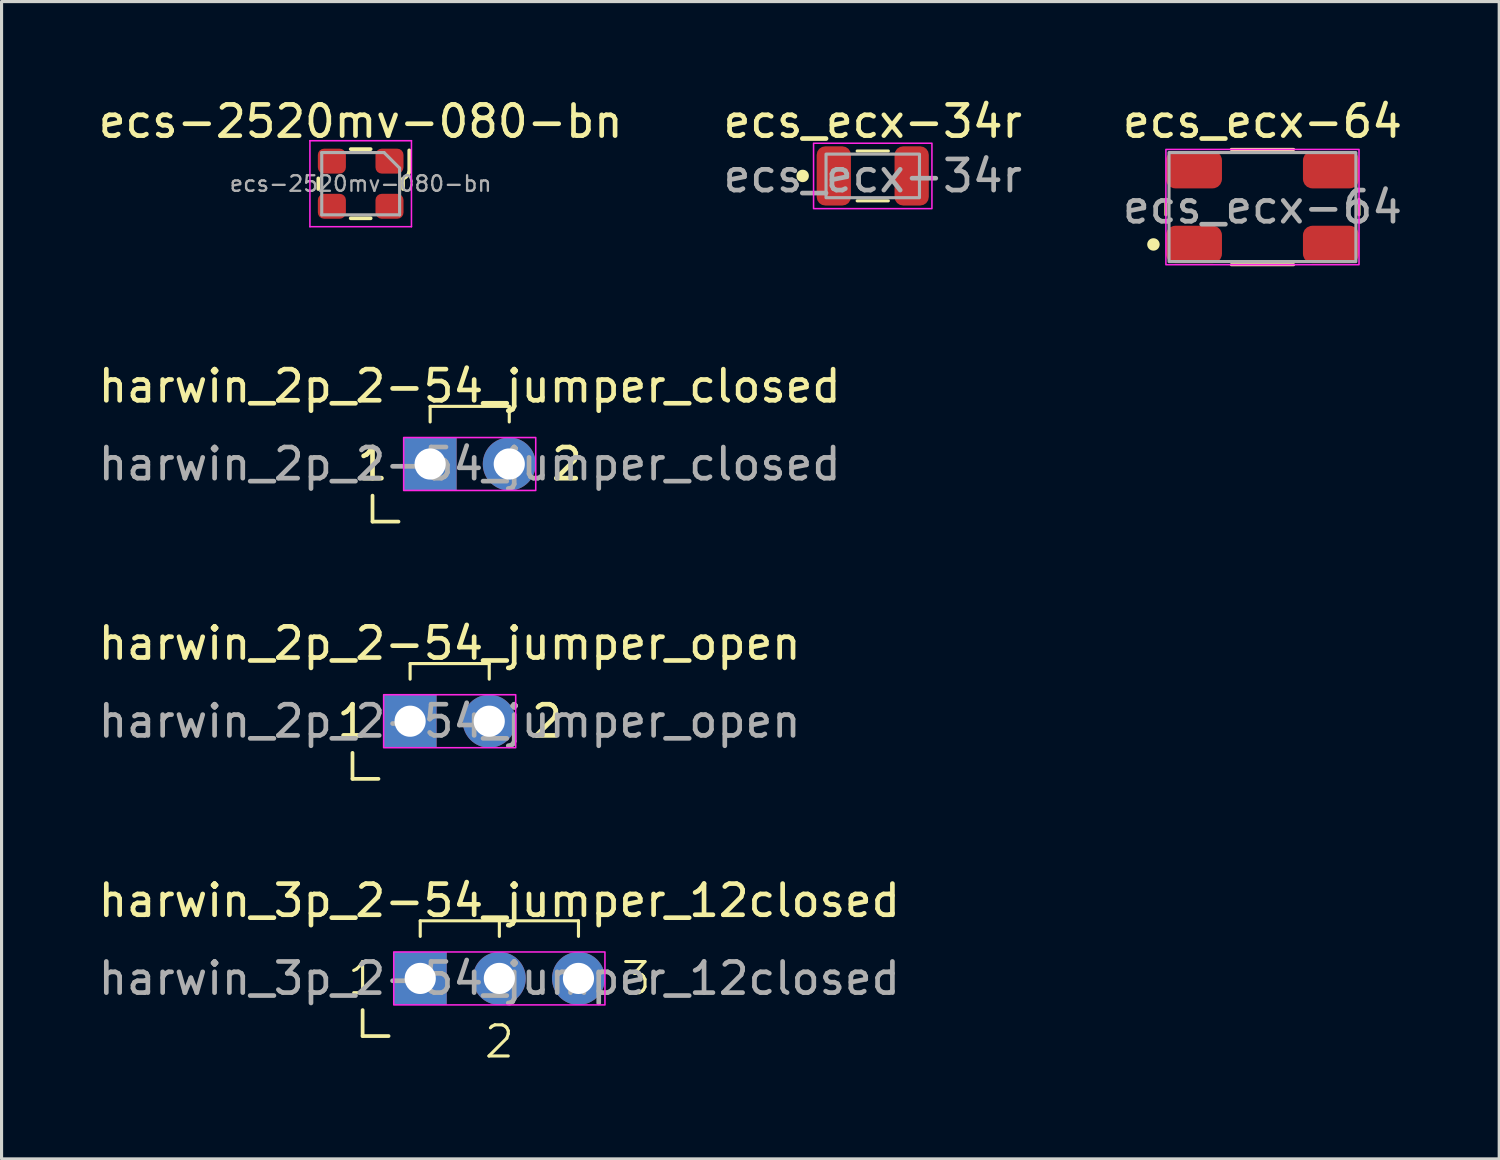
<source format=kicad_pcb>
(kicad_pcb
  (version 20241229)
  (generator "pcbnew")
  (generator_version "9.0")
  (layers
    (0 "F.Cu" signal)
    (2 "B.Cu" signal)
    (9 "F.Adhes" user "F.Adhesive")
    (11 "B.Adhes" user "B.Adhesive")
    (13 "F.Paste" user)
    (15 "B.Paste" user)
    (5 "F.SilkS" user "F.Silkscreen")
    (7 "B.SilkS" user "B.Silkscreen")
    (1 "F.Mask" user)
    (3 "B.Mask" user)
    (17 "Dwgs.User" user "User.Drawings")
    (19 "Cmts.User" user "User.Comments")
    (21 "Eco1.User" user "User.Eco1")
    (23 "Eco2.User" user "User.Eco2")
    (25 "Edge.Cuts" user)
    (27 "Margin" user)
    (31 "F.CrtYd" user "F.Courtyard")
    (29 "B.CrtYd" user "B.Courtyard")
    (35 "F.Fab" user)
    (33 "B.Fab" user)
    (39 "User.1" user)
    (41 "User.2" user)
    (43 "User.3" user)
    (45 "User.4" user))
  (footprint "harwin_2p_2-54_jumper_closed"
    (layer "F.Cu")
    (at 12.03 11.847)
    (property "Reference" "harwin_2p_2-54_jumper_closed" (at 0 -2.5 0) (unlocked yes) (layer "F.SilkS") (effects (font (size 1 1) (thickness 0.15))))
    (attr through_hole)
    (fp_line (start -3.12 1.85) (end -3.12 1.016) (stroke (width 0.12) (type solid)) (layer "F.SilkS"))
    (fp_line (start -2.286 1.85) (end -3.12 1.85) (stroke (width 0.12) (type solid)) (layer "F.SilkS"))
    (fp_line (start -1.27 -1.85) (end 1.27 -1.85) (stroke (width 0.1) (type default)) (layer "F.SilkS"))
    (fp_line (start -1.27 -1.35) (end -1.27 -1.85) (stroke (width 0.1) (type default)) (layer "F.SilkS"))
    (fp_line (start 1.27 -1.85) (end 1.27 -1.35) (stroke (width 0.1) (type default)) (layer "F.SilkS"))
    (fp_rect (start -2.12 -0.85) (end 2.12 0.85) (stroke (width 0.05) (type default)) (fill no) (layer "F.CrtYd"))
    (fp_text user "2" (at 3.12 0 0) (unlocked yes) (layer "F.SilkS") (effects (font (size 1 1) (thickness 0.15))))
    (fp_text user "1" (at -3.12 0 0) (unlocked yes) (layer "F.SilkS") (effects (font (size 1 1) (thickness 0.15))))
    (fp_text user "${REFERENCE}" (at 0 0 0) (unlocked yes) (layer "F.Fab") (effects (font (size 1 1) (thickness 0.15))))
    (pad "1" thru_hole rect (at -1.27 0 90) (size 1.7 1.7) (drill 1) (layers "*.Cu" "*.Mask"))
    (pad "2" thru_hole oval (at 1.27 0 90) (size 1.7 1.7) (drill 1) (layers "*.Cu" "*.Mask")))
  (footprint "ecs_ecx-34r"
    (layer "F.Cu")
    (at 24.97 2.598)
    (property "Reference" "ecs_ecx-34r" (at 0 -1.75 0) (layer "F.SilkS") (effects (font (size 1 1) (thickness 0.15))))
    (attr smd)
    (fp_line (start -0.5 -0.8) (end 0.5 -0.8) (stroke (width 0.1) (type default)) (layer "F.SilkS"))
    (fp_line (start -0.5 0.8) (end 0.5 0.8) (stroke (width 0.1) (type default)) (layer "F.SilkS"))
    (fp_circle (center -2.25 0) (end -2.05 0) (stroke (width 0) (type solid)) (fill yes) (layer "F.SilkS"))
    (fp_rect (start -1.9 -1.05) (end 1.9 1.05) (stroke (width 0.05) (type default)) (fill no) (layer "F.CrtYd"))
    (fp_rect (start -1.5 -0.7) (end 1.5 0.7) (stroke (width 0.1) (type default)) (fill no) (layer "F.Fab"))
    (fp_text user "${REFERENCE}" (at 0 0 0) (layer "F.Fab") (effects (font (size 1 1) (thickness 0.15))))
    (pad "1" smd roundrect (at -1.25 0) (size 1.1 1.9) (layers "F.Cu" "F.Mask" "F.Paste") (roundrect_rratio 0.25))
    (pad "2" smd roundrect (at 1.25 0) (size 1.1 1.9) (layers "F.Cu" "F.Mask" "F.Paste") (roundrect_rratio 0.25)))
  (footprint "harwin_2p_2-54_jumper_open"
    (layer "F.Cu")
    (at 11.387 20.105)
    (property "Reference" "harwin_2p_2-54_jumper_open" (at 0 -2.5 0) (unlocked yes) (layer "F.SilkS") (effects (font (size 1 1) (thickness 0.15))))
    (attr through_hole)
    (fp_line (start -3.12 1.85) (end -3.12 1.016) (stroke (width 0.12) (type solid)) (layer "F.SilkS"))
    (fp_line (start -2.286 1.85) (end -3.12 1.85) (stroke (width 0.12) (type solid)) (layer "F.SilkS"))
    (fp_line (start -1.27 -1.85) (end 1.27 -1.85) (stroke (width 0.1) (type default)) (layer "F.SilkS"))
    (fp_line (start -1.27 -1.35) (end -1.27 -1.85) (stroke (width 0.1) (type default)) (layer "F.SilkS"))
    (fp_line (start 1.27 -1.85) (end 1.27 -1.35) (stroke (width 0.1) (type default)) (layer "F.SilkS"))
    (fp_rect (start -2.12 -0.85) (end 2.12 0.85) (stroke (width 0.05) (type default)) (fill no) (layer "F.CrtYd"))
    (fp_text user "2" (at 3.12 0 0) (unlocked yes) (layer "F.SilkS") (effects (font (size 1 1) (thickness 0.15))))
    (fp_text user "1" (at -3.12 0 0) (unlocked yes) (layer "F.SilkS") (effects (font (size 1 1) (thickness 0.15))))
    (fp_text user "${REFERENCE}" (at 0 0 0) (unlocked yes) (layer "F.Fab") (effects (font (size 1 1) (thickness 0.15))))
    (pad "1" thru_hole rect (at -1.27 0 90) (size 1.7 1.7) (drill 1) (layers "*.Cu" "*.Mask"))
    (pad "2" thru_hole oval (at 1.27 0 90) (size 1.7 1.7) (drill 1) (layers "*.Cu" "*.Mask")))
  (footprint "ecs-2520mv-080-bn"
    (layer "F.Cu")
    (at 8.53 2.848)
    (property "Reference" "ecs-2520mv-080-bn" (at 0 -2 0) (layer "F.SilkS") (effects (font (size 1 1) (thickness 0.15))))
    (attr smd)
    (fp_line (start -1.36 -0.17) (end -1.36 0.17) (stroke (width 0.12) (type solid)) (layer "F.SilkS"))
    (fp_line (start -0.32 -1.11) (end 0.32 -1.11) (stroke (width 0.12) (type solid)) (layer "F.SilkS"))
    (fp_line (start -0.32 1.11) (end 0.32 1.11) (stroke (width 0.12) (type solid)) (layer "F.SilkS"))
    (fp_line (start 1.36 -0.16) (end 1.36 0.17) (stroke (width 0.12) (type solid)) (layer "F.SilkS"))
    (fp_line (start 1.56 -0.38) (end 1.56 -1.07) (stroke (width 0.12) (type solid)) (layer "F.SilkS"))
    (fp_arc (start 1.56 -0.38) (mid 1.485967 -0.246393) (end 1.36 -0.16) (stroke (width 0.12) (type solid)) (layer "F.SilkS"))
    (fp_line (start -1.63 -1.38) (end -1.63 1.38) (stroke (width 0.05) (type solid)) (layer "F.CrtYd"))
    (fp_line (start 1.63 -1.38) (end -1.63 -1.38) (stroke (width 0.05) (type solid)) (layer "F.CrtYd"))
    (fp_line (start 1.63 -1.38) (end 1.63 1.38) (stroke (width 0.05) (type solid)) (layer "F.CrtYd"))
    (fp_line (start 1.63 1.38) (end -1.63 1.38) (stroke (width 0.05) (type solid)) (layer "F.CrtYd"))
    (fp_line (start -1.25 -1) (end -1.25 1) (stroke (width 0.1) (type solid)) (layer "F.Fab"))
    (fp_line (start 0.75 -1) (end -1.25 -1) (stroke (width 0.1) (type solid)) (layer "F.Fab"))
    (fp_line (start 0.75 -1) (end 1.25 -0.5) (stroke (width 0.1) (type solid)) (layer "F.Fab"))
    (fp_line (start 1.25 -0.5) (end 1.25 1) (stroke (width 0.1) (type solid)) (layer "F.Fab"))
    (fp_line (start 1.25 1) (end -1.25 1) (stroke (width 0.1) (type solid)) (layer "F.Fab"))
    (fp_text user "${REFERENCE}" (at 0 0 0) (layer "F.Fab") (effects (font (size 0.5 0.5) (thickness 0.075))))
    (pad "1" smd roundrect (at 0.925 -0.725 270) (size 0.8 0.9) (layers "F.Cu" "F.Mask" "F.Paste") (roundrect_rratio 0.25))
    (pad "2" smd roundrect (at -0.925 -0.725 270) (size 0.8 0.9) (layers "F.Cu" "F.Mask" "F.Paste") (roundrect_rratio 0.25))
    (pad "3" smd roundrect (at -0.925 0.725 270) (size 0.8 0.9) (layers "F.Cu" "F.Mask" "F.Paste") (roundrect_rratio 0.25))
    (pad "4" smd roundrect (at 0.925 0.725 270) (size 0.8 0.9) (layers "F.Cu" "F.Mask" "F.Paste") (roundrect_rratio 0.25)))
  (footprint "harwin_3p_2-54_jumper_12closed"
    (layer "F.Cu")
    (at 12.982 28.363)
    (property "Reference" "harwin_3p_2-54_jumper_12closed" (at 0 -2.5 0) (unlocked yes) (layer "F.SilkS") (effects (font (size 1 1) (thickness 0.15))))
    (attr through_hole)
    (fp_line (start -4.39 1.85) (end -4.39 1.016) (stroke (width 0.12) (type solid)) (layer "F.SilkS"))
    (fp_line (start -3.556 1.85) (end -4.39 1.85) (stroke (width 0.12) (type solid)) (layer "F.SilkS"))
    (fp_line (start -2.54 -1.85) (end -2.54 -1.35) (stroke (width 0.1) (type default)) (layer "F.SilkS"))
    (fp_line (start -2.54 -1.85) (end 2.54 -1.85) (stroke (width 0.1) (type default)) (layer "F.SilkS"))
    (fp_line (start 0 -1.85) (end 0 -1.35) (stroke (width 0.1) (type default)) (layer "F.SilkS"))
    (fp_line (start 2.54 -1.85) (end 2.54 -1.35) (stroke (width 0.1) (type default)) (layer "F.SilkS"))
    (fp_rect (start -3.39 -0.85) (end 3.39 0.85) (stroke (width 0.05) (type default)) (fill no) (layer "F.CrtYd"))
    (fp_text user "1" (at -4.39 0 0) (unlocked yes) (layer "F.SilkS") (effects (font (size 1 1) (thickness 0.1))))
    (fp_text user "3" (at 4.39 0 0) (unlocked yes) (layer "F.SilkS") (effects (font (size 1 1) (thickness 0.1))))
    (fp_text user "2" (at 0 2.032 0) (unlocked yes) (layer "F.SilkS") (effects (font (size 1 1) (thickness 0.1))))
    (fp_text user "${REFERENCE}" (at 0 0 0) (unlocked yes) (layer "F.Fab") (effects (font (size 1 1) (thickness 0.15))))
    (pad "1" thru_hole rect (at -2.54 0 90) (size 1.7 1.7) (drill 1) (layers "*.Cu" "*.Mask"))
    (pad "2" thru_hole oval (at 0 0 90) (size 1.7 1.7) (drill 1) (layers "*.Cu" "*.Mask"))
    (pad "3" thru_hole oval (at 2.54 0 90) (size 1.7 1.7) (drill 1) (layers "*.Cu" "*.Mask")))
  (footprint "ecs_ecx-64"
    (layer "F.Cu")
    (at 37.482 3.598)
    (property "Reference" "ecs_ecx-64" (at 0 -2.75 0) (layer "F.SilkS") (effects (font (size 1 1) (thickness 0.15))))
    (attr smd)
    (fp_line (start -3.1 -0.25) (end -3.1 0.25) (stroke (width 0.1) (type default)) (layer "F.SilkS"))
    (fp_line (start -1 -1.85) (end 1 -1.85) (stroke (width 0.1) (type default)) (layer "F.SilkS"))
    (fp_line (start -1 1.85) (end 1 1.85) (stroke (width 0.1) (type default)) (layer "F.SilkS"))
    (fp_line (start 3.1 -0.25) (end 3.1 0.25) (stroke (width 0.1) (type default)) (layer "F.SilkS"))
    (fp_circle (center -3.5 1.2) (end -3.3 1.2) (stroke (width 0) (type solid)) (fill yes) (layer "F.SilkS"))
    (fp_rect (start -3.1 -1.85) (end 3.1 1.85) (stroke (width 0.05) (type default)) (fill no) (layer "F.CrtYd"))
    (fp_rect (start -3 -1.75) (end 3 1.75) (stroke (width 0.1) (type default)) (fill no) (layer "F.Fab"))
    (fp_text user "${REFERENCE}" (at 0 0 0) (layer "F.Fab") (effects (font (size 1 1) (thickness 0.15))))
    (pad "1" smd roundrect (at -2.2 1.2) (size 1.8 1.2) (layers "F.Cu" "F.Mask" "F.Paste") (roundrect_rratio 0.25))
    (pad "2" smd roundrect (at 2.2 1.2) (size 1.8 1.2) (layers "F.Cu" "F.Mask" "F.Paste") (roundrect_rratio 0.25))
    (pad "3" smd roundrect (at 2.2 -1.2) (size 1.8 1.2) (layers "F.Cu" "F.Mask" "F.Paste") (roundrect_rratio 0.25))
    (pad "4" smd roundrect (at -2.2 -1.2) (size 1.8 1.2) (layers "F.Cu" "F.Mask" "F.Paste") (roundrect_rratio 0.25)))
  (gr_rect
    (start -3 -3)
    (end 45.083 34.156)
    (stroke (width 0.1) (type default))
    (fill no)
    (layer "Edge.Cuts")))
</source>
